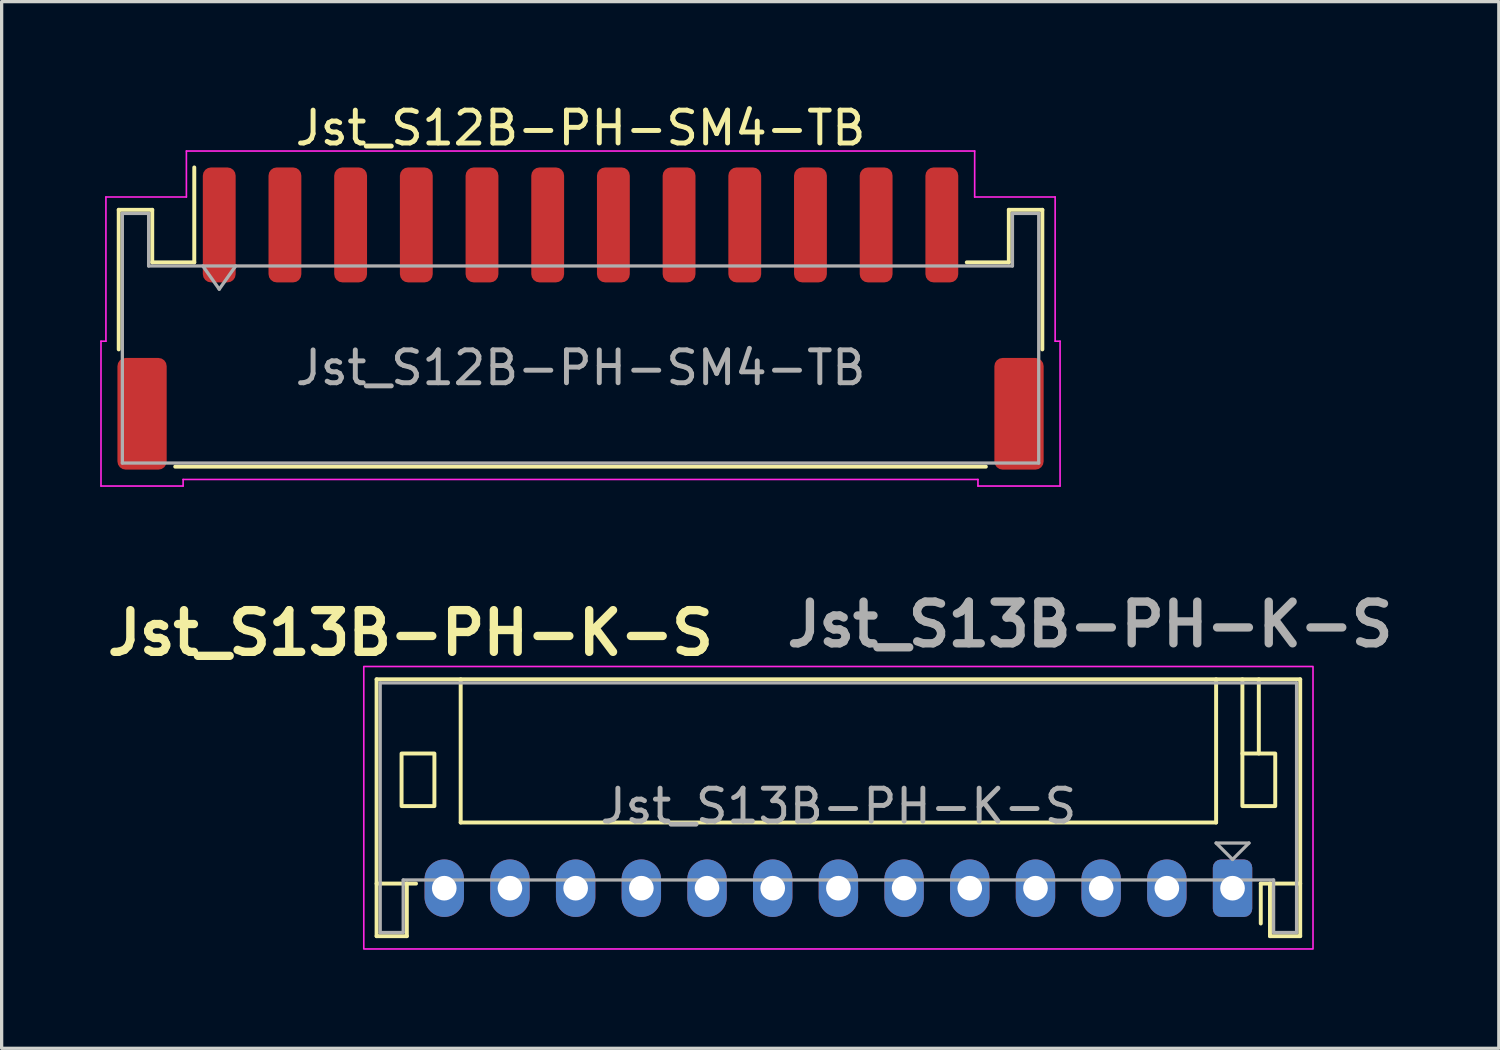
<source format=kicad_pcb>
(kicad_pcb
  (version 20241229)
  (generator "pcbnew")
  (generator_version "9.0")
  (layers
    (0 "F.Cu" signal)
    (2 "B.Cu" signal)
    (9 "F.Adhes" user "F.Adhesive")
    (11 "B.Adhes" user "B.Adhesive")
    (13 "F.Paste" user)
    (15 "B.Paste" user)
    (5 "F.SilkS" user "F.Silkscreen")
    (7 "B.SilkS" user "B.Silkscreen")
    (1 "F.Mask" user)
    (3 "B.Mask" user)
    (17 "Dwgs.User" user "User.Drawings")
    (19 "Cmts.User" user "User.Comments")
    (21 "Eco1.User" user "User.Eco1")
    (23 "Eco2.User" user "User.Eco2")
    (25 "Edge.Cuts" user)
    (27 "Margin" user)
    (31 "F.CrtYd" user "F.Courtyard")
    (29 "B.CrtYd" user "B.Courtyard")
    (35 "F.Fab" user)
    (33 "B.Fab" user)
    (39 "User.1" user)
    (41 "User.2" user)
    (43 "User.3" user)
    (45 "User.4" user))
  (footprint "Jst_S12B-PH-SM4-TB"
    (layer "F.Cu")
    (at 14.625 6.648)
    (property "Reference" "Jst_S12B-PH-SM4-TB" (at 0 -5.8 0) (layer "F.SilkS") (effects (font (size 1 1) (thickness 0.15))))
    (attr smd)
    (fp_line (start -14.06 -3.31) (end -13.04 -3.31) (stroke (width 0.12) (type solid)) (layer "F.SilkS"))
    (fp_line (start -14.06 0.94) (end -14.06 -3.31) (stroke (width 0.12) (type solid)) (layer "F.SilkS"))
    (fp_line (start -13.04 -3.31) (end -13.04 -1.71) (stroke (width 0.12) (type solid)) (layer "F.SilkS"))
    (fp_line (start -13.04 -1.71) (end -11.76 -1.71) (stroke (width 0.12) (type solid)) (layer "F.SilkS"))
    (fp_line (start -12.34 4.51) (end 12.34 4.51) (stroke (width 0.12) (type solid)) (layer "F.SilkS"))
    (fp_line (start -11.76 -1.71) (end -11.76 -4.6) (stroke (width 0.12) (type solid)) (layer "F.SilkS"))
    (fp_line (start 13.04 -3.31) (end 13.04 -1.71) (stroke (width 0.12) (type solid)) (layer "F.SilkS"))
    (fp_line (start 13.04 -1.71) (end 11.76 -1.71) (stroke (width 0.12) (type solid)) (layer "F.SilkS"))
    (fp_line (start 14.06 -3.31) (end 13.04 -3.31) (stroke (width 0.12) (type solid)) (layer "F.SilkS"))
    (fp_line (start 14.06 0.94) (end 14.06 -3.31) (stroke (width 0.12) (type solid)) (layer "F.SilkS"))
    (fp_line (start -14.6 0.69) (end -14.45 0.69) (stroke (width 0.05) (type solid)) (layer "F.CrtYd"))
    (fp_line (start -14.6 5.1) (end -14.6 0.69) (stroke (width 0.05) (type solid)) (layer "F.CrtYd"))
    (fp_line (start -14.45 -3.7) (end -12 -3.7) (stroke (width 0.05) (type solid)) (layer "F.CrtYd"))
    (fp_line (start -14.45 0.69) (end -14.45 -3.7) (stroke (width 0.05) (type solid)) (layer "F.CrtYd"))
    (fp_line (start -12.1 4.9) (end -12.1 5.1) (stroke (width 0.05) (type solid)) (layer "F.CrtYd"))
    (fp_line (start -12.1 5.1) (end -14.6 5.1) (stroke (width 0.05) (type solid)) (layer "F.CrtYd"))
    (fp_line (start -12 -5.1) (end 12 -5.1) (stroke (width 0.05) (type solid)) (layer "F.CrtYd"))
    (fp_line (start -12 -3.7) (end -12 -5.1) (stroke (width 0.05) (type solid)) (layer "F.CrtYd"))
    (fp_line (start 12 -5.1) (end 12 -3.7) (stroke (width 0.05) (type solid)) (layer "F.CrtYd"))
    (fp_line (start 12 -3.7) (end 14.45 -3.7) (stroke (width 0.05) (type solid)) (layer "F.CrtYd"))
    (fp_line (start 12.1 4.9) (end -12.1 4.9) (stroke (width 0.05) (type solid)) (layer "F.CrtYd"))
    (fp_line (start 12.1 5.1) (end 12.1 4.9) (stroke (width 0.05) (type solid)) (layer "F.CrtYd"))
    (fp_line (start 14.45 -3.7) (end 14.45 0.69) (stroke (width 0.05) (type solid)) (layer "F.CrtYd"))
    (fp_line (start 14.45 0.69) (end 14.6 0.69) (stroke (width 0.05) (type solid)) (layer "F.CrtYd"))
    (fp_line (start 14.6 0.69) (end 14.6 5.1) (stroke (width 0.05) (type solid)) (layer "F.CrtYd"))
    (fp_line (start 14.6 5.1) (end 12.1 5.1) (stroke (width 0.05) (type solid)) (layer "F.CrtYd"))
    (fp_line (start -13.95 -3.2) (end -13.95 4.4) (stroke (width 0.1) (type solid)) (layer "F.Fab"))
    (fp_line (start -13.95 -3.2) (end -13.15 -3.2) (stroke (width 0.1) (type solid)) (layer "F.Fab"))
    (fp_line (start -13.95 4.4) (end 13.95 4.4) (stroke (width 0.1) (type solid)) (layer "F.Fab"))
    (fp_line (start -13.15 -3.2) (end -13.15 -1.6) (stroke (width 0.1) (type solid)) (layer "F.Fab"))
    (fp_line (start -13.15 -1.6) (end 13.15 -1.6) (stroke (width 0.1) (type solid)) (layer "F.Fab"))
    (fp_line (start -11.5 -1.6) (end -11 -0.893) (stroke (width 0.1) (type solid)) (layer "F.Fab"))
    (fp_line (start -11 -0.893) (end -10.5 -1.6) (stroke (width 0.1) (type solid)) (layer "F.Fab"))
    (fp_line (start 13.15 -3.2) (end 13.95 -3.2) (stroke (width 0.1) (type solid)) (layer "F.Fab"))
    (fp_line (start 13.15 -1.6) (end 13.15 -3.2) (stroke (width 0.1) (type solid)) (layer "F.Fab"))
    (fp_line (start 13.95 -3.2) (end 13.95 4.4) (stroke (width 0.1) (type solid)) (layer "F.Fab"))
    (fp_text user "${REFERENCE}" (at 0 1.5 0) (layer "F.Fab") (effects (font (size 1 1) (thickness 0.15))))
    (pad "1" smd roundrect (at -11 -2.85) (size 1 3.5) (layers "F.Cu" "F.Mask" "F.Paste") (roundrect_rratio 0.25))
    (pad "2" smd roundrect (at -9 -2.85) (size 1 3.5) (layers "F.Cu" "F.Mask" "F.Paste") (roundrect_rratio 0.25))
    (pad "3" smd roundrect (at -7 -2.85) (size 1 3.5) (layers "F.Cu" "F.Mask" "F.Paste") (roundrect_rratio 0.25))
    (pad "4" smd roundrect (at -5 -2.85) (size 1 3.5) (layers "F.Cu" "F.Mask" "F.Paste") (roundrect_rratio 0.25))
    (pad "5" smd roundrect (at -3 -2.85) (size 1 3.5) (layers "F.Cu" "F.Mask" "F.Paste") (roundrect_rratio 0.25))
    (pad "6" smd roundrect (at -1 -2.85) (size 1 3.5) (layers "F.Cu" "F.Mask" "F.Paste") (roundrect_rratio 0.25))
    (pad "7" smd roundrect (at 1 -2.85) (size 1 3.5) (layers "F.Cu" "F.Mask" "F.Paste") (roundrect_rratio 0.25))
    (pad "8" smd roundrect (at 3 -2.85) (size 1 3.5) (layers "F.Cu" "F.Mask" "F.Paste") (roundrect_rratio 0.25))
    (pad "9" smd roundrect (at 5 -2.85) (size 1 3.5) (layers "F.Cu" "F.Mask" "F.Paste") (roundrect_rratio 0.25))
    (pad "10" smd roundrect (at 7 -2.85) (size 1 3.5) (layers "F.Cu" "F.Mask" "F.Paste") (roundrect_rratio 0.25))
    (pad "11" smd roundrect (at 9 -2.85) (size 1 3.5) (layers "F.Cu" "F.Mask" "F.Paste") (roundrect_rratio 0.25))
    (pad "12" smd roundrect (at 11 -2.85) (size 1 3.5) (layers "F.Cu" "F.Mask" "F.Paste") (roundrect_rratio 0.25))
    (pad "MP" smd roundrect (at -13.35 2.9) (size 1.5 3.4) (layers "F.Cu" "F.Mask" "F.Paste") (roundrect_rratio 0.167))
    (pad "MP" smd roundrect (at 13.35 2.9) (size 1.5 3.4) (layers "F.Cu" "F.Mask" "F.Paste") (roundrect_rratio 0.167)))
  (footprint "Jst_S13B-PH-K-S"
    (layer "F.Cu")
    (at 34.476 23.992)
    (property "Reference" "Jst_S13B-PH-K-S" (at -25.03 -7.77 0) (layer "F.SilkS") (effects (font (size 1.27 1.27) (thickness 0.254))))
    (attr through_hole)
    (fp_line (start -26.06 -6.36) (end -26.06 1.46) (stroke (width 0.12) (type solid)) (layer "F.SilkS"))
    (fp_line (start -26.06 -0.14) (end -25.14 -0.14) (stroke (width 0.12) (type solid)) (layer "F.SilkS"))
    (fp_line (start -26.06 1.46) (end -25.14 1.46) (stroke (width 0.12) (type solid)) (layer "F.SilkS"))
    (fp_line (start -25.14 -0.14) (end -24.86 -0.14) (stroke (width 0.12) (type solid)) (layer "F.SilkS"))
    (fp_line (start -25.14 1.46) (end -25.14 -0.14) (stroke (width 0.12) (type solid)) (layer "F.SilkS"))
    (fp_line (start -23.5 -2) (end -23.5 -6.36) (stroke (width 0.12) (type solid)) (layer "F.SilkS"))
    (fp_line (start -0.5 -6.36) (end -0.5 -2) (stroke (width 0.12) (type solid)) (layer "F.SilkS"))
    (fp_line (start -0.5 -2) (end -23.5 -2) (stroke (width 0.12) (type solid)) (layer "F.SilkS"))
    (fp_line (start 0.3 -4.1) (end 0.3 -6.36) (stroke (width 0.12) (type solid)) (layer "F.SilkS"))
    (fp_line (start 0.8 -4.1) (end 0.8 -6.36) (stroke (width 0.12) (type solid)) (layer "F.SilkS"))
    (fp_line (start 0.86 -0.14) (end 0.86 1.075) (stroke (width 0.12) (type solid)) (layer "F.SilkS"))
    (fp_line (start 0.86 -0.14) (end 1.14 -0.14) (stroke (width 0.12) (type solid)) (layer "F.SilkS"))
    (fp_line (start 1.14 -0.14) (end 1.14 1.46) (stroke (width 0.12) (type solid)) (layer "F.SilkS"))
    (fp_line (start 1.14 1.46) (end 2.06 1.46) (stroke (width 0.12) (type solid)) (layer "F.SilkS"))
    (fp_line (start 2.06 -6.36) (end -26.06 -6.36) (stroke (width 0.12) (type solid)) (layer "F.SilkS"))
    (fp_line (start 2.06 -0.14) (end 1.14 -0.14) (stroke (width 0.12) (type solid)) (layer "F.SilkS"))
    (fp_line (start 2.06 1.46) (end 2.06 -6.36) (stroke (width 0.12) (type solid)) (layer "F.SilkS"))
    (fp_rect (start -25.3 -4.1) (end -24.3 -2.5) (stroke (width 0.12) (type solid)) (fill no) (layer "F.SilkS"))
    (fp_rect (start 0.3 -4.1) (end 1.3 -2.5) (stroke (width 0.12) (type solid)) (fill no) (layer "F.SilkS"))
    (fp_rect (start -26.45 -6.75) (end 2.45 1.85) (stroke (width 0.05) (type solid)) (fill no) (layer "F.CrtYd"))
    (fp_line (start -25.95 -6.25) (end -25.95 1.35) (stroke (width 0.1) (type solid)) (layer "F.Fab"))
    (fp_line (start -25.95 1.35) (end -25.25 1.35) (stroke (width 0.1) (type solid)) (layer "F.Fab"))
    (fp_line (start -25.25 -0.25) (end 1.25 -0.25) (stroke (width 0.1) (type solid)) (layer "F.Fab"))
    (fp_line (start -25.25 1.35) (end -25.25 -0.25) (stroke (width 0.1) (type solid)) (layer "F.Fab"))
    (fp_line (start -0.5 -1.375) (end 0 -0.875) (stroke (width 0.1) (type solid)) (layer "F.Fab"))
    (fp_line (start 0 -0.875) (end 0.5 -1.375) (stroke (width 0.1) (type solid)) (layer "F.Fab"))
    (fp_line (start 0.5 -1.375) (end -0.5 -1.375) (stroke (width 0.1) (type solid)) (layer "F.Fab"))
    (fp_line (start 1.25 -0.25) (end 1.25 1.35) (stroke (width 0.1) (type solid)) (layer "F.Fab"))
    (fp_line (start 1.25 1.35) (end 1.95 1.35) (stroke (width 0.1) (type solid)) (layer "F.Fab"))
    (fp_line (start 1.95 -6.25) (end -25.95 -6.25) (stroke (width 0.1) (type solid)) (layer "F.Fab"))
    (fp_line (start 1.95 1.35) (end 1.95 -6.25) (stroke (width 0.1) (type solid)) (layer "F.Fab"))
    (fp_text user "${REFERENCE}" (at -4.34 -8.03 0) (layer "F.Fab") (effects (font (size 1.27 1.27) (thickness 0.254))))
    (fp_text user "${REFERENCE}" (at -12 -2.5 180) (layer "F.Fab") (effects (font (size 1 1) (thickness 0.15))))
    (pad "1" thru_hole roundrect (at 0 0 180) (size 1.2 1.75) (drill 0.75) (layers "*.Cu" "*.Mask") (roundrect_rratio 0.208))
    (pad "2" thru_hole oval (at -2 0 180) (size 1.2 1.75) (drill 0.75) (layers "*.Cu" "*.Mask"))
    (pad "3" thru_hole oval (at -4 0 180) (size 1.2 1.75) (drill 0.75) (layers "*.Cu" "*.Mask"))
    (pad "4" thru_hole oval (at -6 0 180) (size 1.2 1.75) (drill 0.75) (layers "*.Cu" "*.Mask"))
    (pad "5" thru_hole oval (at -8 0 180) (size 1.2 1.75) (drill 0.75) (layers "*.Cu" "*.Mask"))
    (pad "6" thru_hole oval (at -10 0 180) (size 1.2 1.75) (drill 0.75) (layers "*.Cu" "*.Mask"))
    (pad "7" thru_hole oval (at -12 0 180) (size 1.2 1.75) (drill 0.75) (layers "*.Cu" "*.Mask"))
    (pad "8" thru_hole oval (at -14 0 180) (size 1.2 1.75) (drill 0.75) (layers "*.Cu" "*.Mask"))
    (pad "9" thru_hole oval (at -16 0 180) (size 1.2 1.75) (drill 0.75) (layers "*.Cu" "*.Mask"))
    (pad "10" thru_hole oval (at -18 0 180) (size 1.2 1.75) (drill 0.75) (layers "*.Cu" "*.Mask"))
    (pad "11" thru_hole oval (at -20 0 180) (size 1.2 1.75) (drill 0.75) (layers "*.Cu" "*.Mask"))
    (pad "12" thru_hole oval (at -22 0 180) (size 1.2 1.75) (drill 0.75) (layers "*.Cu" "*.Mask"))
    (pad "13" thru_hole oval (at -24 0 180) (size 1.2 1.75) (drill 0.75) (layers "*.Cu" "*.Mask")))
  (gr_rect
    (start -3 -3)
    (end 42.583 28.867)
    (stroke (width 0.1) (type default))
    (fill no)
    (layer "Edge.Cuts")))
</source>
